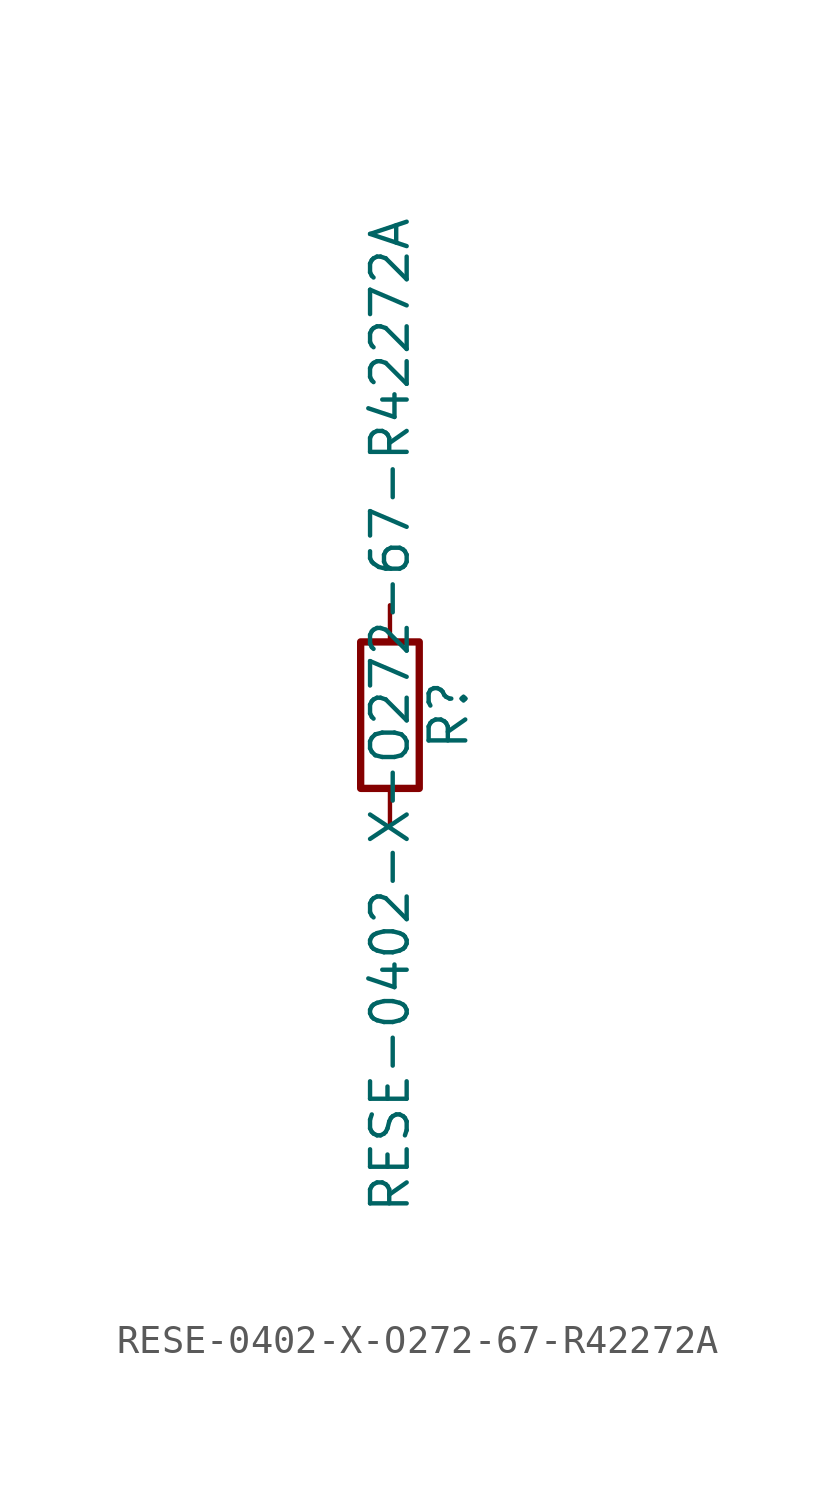
<source format=kicad_sym>
(kicad_symbol_lib
  (version 20211014)
  (generator kicad_symbol_editor)
  (symbol "RESE-0402-X-O272-67-R42272A"
    (pin_numbers hide)
    (pin_names
      (offset 0))
    (property "Reference" "R"
      (at 2.032 0 90)
      (effects (font (size 1.27 1.27))))
    (property "Value" "RESE-0402-X-O272-67-R42272A"
      (at 0 0 90)
      (effects (font (size 1.27 1.27))))
    (symbol "RESE-0402-X-O272-67-R42272A_0_1"
      (rectangle (start -1.016 -2.54) (end 1.016 2.54) (stroke (width 0.254) (type default) (color 0 0 0 0)) (fill (type none))))
    (symbol "RESE-0402-X-O272-67-R42272A_1_1"
      (pin passive line (at 0 3.81 270) (length 1.27) (name "~" (effects (font (size 1.27 1.27)))) (number "1" (effects (font (size 1.27 1.27)))))
      (pin passive line (at 0 -3.81 90) (length 1.27) (name "~" (effects (font (size 1.27 1.27)))) (number "2" (effects (font (size 1.27 1.27))))))))
</source>
